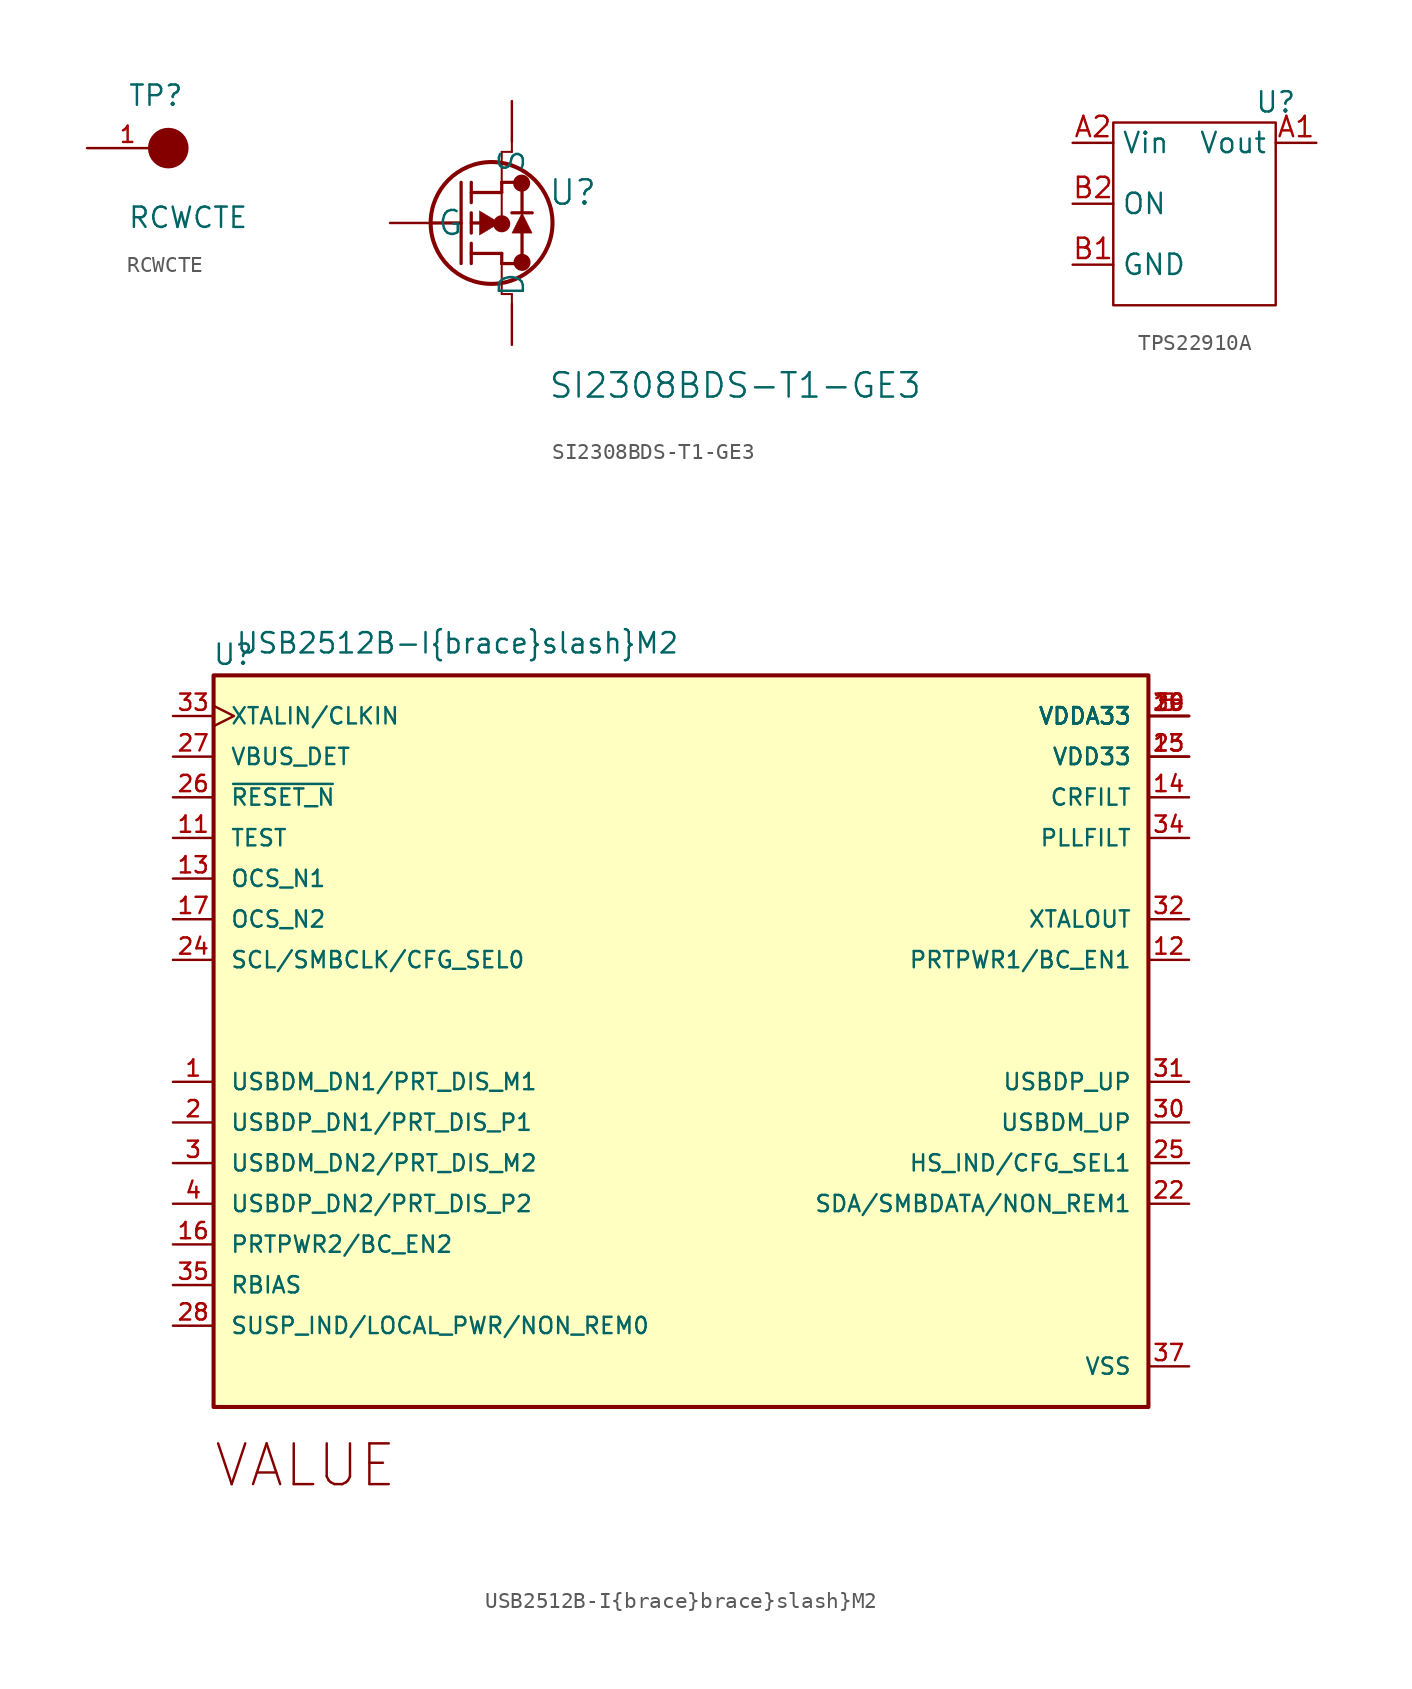
<source format=kicad_sym>
(kicad_symbol_lib
  (version 20220914)
  (generator kicad_symbol_editor)
  (symbol "RCWCTE"
    (pin_names
      (offset 1.016))
    (property "Reference" "TP"
      (at -2.544 2.542 0)
      (effects (font (size 1.27 1.27)) (justify left bottom)))
    (property "Value" "RCWCTE"
      (at -2.55 -5.087 0)
      (effects (font (size 1.27 1.27)) (justify left bottom)))
    (symbol "RCWCTE_0_0"
      (circle (center 0 0) (radius 0.635) (stroke (width 1.27) (type default)) (fill (type none)))
      (pin passive line (at -5.08 0 0) (length 5.08) (name "~" (effects (font (size 1.016 1.016)))) (number "1" (effects (font (size 1.016 1.016)))))))
  (symbol "SI2308BDS-T1-GE3"
    (pin_numbers hide)
    (pin_names
      (offset 0.381))
    (property "Reference" "U"
      (at 11.43 1.905 0)
      (effects (font (size 1.524 1.524))))
    (property "Value" "SI2308BDS-T1-GE3"
      (at 21.59 -10.16 0)
      (effects (font (size 1.524 1.524))))
    (property "Datasheet" ""
      (at 0 0 0)
      (effects (font (size 1.524 1.524))))
    (symbol "SI2308BDS-T1-GE3_1_1"
      (polyline (pts (xy 2.54 0) (xy 4.445 0)) (stroke (width 0.203) (type default)) (fill (type none)))
      (polyline (pts (xy 4.445 -2.54) (xy 4.445 2.54)) (stroke (width 0.203) (type default)) (fill (type none)))
      (polyline (pts (xy 5.08 -2.54) (xy 5.08 -1.27)) (stroke (width 0.203) (type default)) (fill (type none)))
      (polyline (pts (xy 5.08 -1.905) (xy 6.985 -1.905)) (stroke (width 0.203) (type default)) (fill (type none)))
      (polyline (pts (xy 5.08 -0.635) (xy 5.08 0.635)) (stroke (width 0.203) (type default)) (fill (type none)))
      (polyline (pts (xy 5.08 0) (xy 5.842 0)) (stroke (width 0.203) (type default)) (fill (type none)))
      (polyline (pts (xy 5.08 1.27) (xy 5.08 2.54)) (stroke (width 0.203) (type default)) (fill (type none)))
      (polyline (pts (xy 5.08 1.905) (xy 6.985 1.905)) (stroke (width 0.203) (type default)) (fill (type none)))
      (polyline (pts (xy 6.985 -2.54) (xy 6.985 -4.445)) (stroke (width 0.127) (type default)) (fill (type none)))
      (polyline (pts (xy 6.985 -2.54) (xy 6.985 -1.905)) (stroke (width 0.203) (type default)) (fill (type none)))
      (polyline (pts (xy 6.985 -2.54) (xy 8.255 -2.54)) (stroke (width 0.203) (type default)) (fill (type none)))
      (polyline (pts (xy 6.985 -0.051) (xy 6.604 0)) (stroke (width 0.127) (type default)) (fill (type none)))
      (polyline (pts (xy 6.985 1.905) (xy 6.985 -0.051)) (stroke (width 0.127) (type default)) (fill (type none)))
      (polyline (pts (xy 6.985 1.905) (xy 6.985 2.54)) (stroke (width 0.203) (type default)) (fill (type none)))
      (polyline (pts (xy 6.985 2.54) (xy 8.255 2.54)) (stroke (width 0.203) (type default)) (fill (type none)))
      (polyline (pts (xy 6.985 4.445) (xy 6.985 2.54)) (stroke (width 0.127) (type default)) (fill (type none)))
      (polyline (pts (xy 7.62 -4.445) (xy 6.985 -4.445)) (stroke (width 0.127) (type default)) (fill (type none)))
      (polyline (pts (xy 7.62 -4.445) (xy 7.62 -5.08)) (stroke (width 0.127) (type default)) (fill (type none)))
      (polyline (pts (xy 7.62 4.445) (xy 6.985 4.445)) (stroke (width 0.127) (type default)) (fill (type none)))
      (polyline (pts (xy 7.62 5.08) (xy 7.62 4.445)) (stroke (width 0.127) (type default)) (fill (type none)))
      (polyline (pts (xy 8.255 -2.54) (xy 8.255 -0.635)) (stroke (width 0.203) (type default)) (fill (type none)))
      (polyline (pts (xy 8.255 0.635) (xy 8.255 2.54)) (stroke (width 0.203) (type default)) (fill (type none)))
      (polyline (pts (xy 8.89 0.635) (xy 7.62 0.635)) (stroke (width 0.203) (type default)) (fill (type none)))
      (polyline (pts (xy 5.588 0.762) (xy 6.858 0) (xy 5.588 -0.762) (xy 5.588 0.762)) (stroke (width 0.025) (type default)) (fill (type outline)))
      (polyline (pts (xy 8.89 -0.635) (xy 7.62 -0.635) (xy 8.255 0.635) (xy 8.89 -0.635)) (stroke (width 0.025) (type default)) (fill (type outline)))
      (circle (center 6.35 0) (radius 3.81) (stroke (width 0.254) (type default)) (fill (type none)))
      (circle (center 6.985 -0.051) (radius 0.025) (stroke (width 0.508) (type default)) (fill (type none)))
      (circle (center 8.23 2.489) (radius 0.025) (stroke (width 0.508) (type default)) (fill (type none)))
      (circle (center 8.255 -2.464) (radius 0.025) (stroke (width 0.508) (type default)) (fill (type none)))
      (pin unspecified line (at 0 0 0) (length 2.54) (name "G" (effects (font (size 1.499 1.499)))) (number "1" (effects (font (size 1.499 1.499)))))
      (pin unspecified line (at 7.62 7.62 270) (length 2.54) (name "S" (effects (font (size 1.499 1.499)))) (number "2" (effects (font (size 1.499 1.499)))))
      (pin unspecified line (at 7.62 -7.62 90) (length 2.54) (name "D" (effects (font (size 1.499 1.499)))) (number "3" (effects (font (size 1.499 1.499)))))))
  (symbol "TPS22910A"
    (property "Reference" "U"
      (at 0 0 0)
      (effects (font (size 1.27 1.27))))
    (property "Value" ""
      (at 0 0 0)
      (effects (font (size 1.27 1.27))))
    (symbol "TPS22910A_0_1"
      (rectangle (start -10.16 -1.27) (end 0 -12.7) (stroke (width 0) (type default)) (fill (type none))))
    (symbol "TPS22910A_1_1"
      (pin passive line (at 2.54 -2.54 180) (length 2.54) (name "Vout" (effects (font (size 1.27 1.27)))) (number "A1" (effects (font (size 1.27 1.27)))))
      (pin passive line (at -12.7 -2.54 0) (length 2.54) (name "Vin" (effects (font (size 1.27 1.27)))) (number "A2" (effects (font (size 1.27 1.27)))))
      (pin passive line (at -12.7 -10.16 0) (length 2.54) (name "GND" (effects (font (size 1.27 1.27)))) (number "B1" (effects (font (size 1.27 1.27)))))
      (pin passive line (at -12.7 -6.35 0) (length 2.54) (name "ON" (effects (font (size 1.27 1.27)))) (number "B2" (effects (font (size 1.27 1.27)))))))
  (symbol "USB2512B-I{brace}brace}slash}M2"
    (pin_names
      (offset 1.016))
    (property "Reference" "U"
      (at -30.552 20.877 0)
      (effects (font (size 1.27 1.27)) (justify left bottom)))
    (property "Value" "USB2512B-I{brace}brace}slash}M2"
      (at -15.24 21.59 0)
      (effects (font (size 1.27 1.27)) (justify bottom)))
    (symbol "USB2512B-I{brace}brace}slash}M2_0_0"
      (rectangle (start -30.48 -25.4) (end 27.94 20.32) (stroke (width 0.254) (type default)) (fill (type background)))
      (text "VALUE" (at -30.539 -30.539 0) (effects (font (size 2.545 2.545)) (justify left bottom)))
      (pin bidirectional line (at -33.02 -5.08 0) (length 2.54) (name "USBDM_DN1/PRT_DIS_M1" (effects (font (size 1.016 1.016)))) (number "1" (effects (font (size 1.016 1.016)))))
      (pin power_in line (at 30.48 17.78 180) (length 2.54) (name "VDDA33" (effects (font (size 1.016 1.016)))) (number "10" (effects (font (size 1.016 1.016)))))
      (pin input line (at -33.02 10.16 0) (length 2.54) (name "TEST" (effects (font (size 1.016 1.016)))) (number "11" (effects (font (size 1.016 1.016)))))
      (pin output line (at 30.48 2.54 180) (length 2.54) (name "PRTPWR1/BC_EN1" (effects (font (size 1.016 1.016)))) (number "12" (effects (font (size 1.016 1.016)))))
      (pin input line (at -33.02 7.62 0) (length 2.54) (name "OCS_N1" (effects (font (size 1.016 1.016)))) (number "13" (effects (font (size 1.016 1.016)))))
      (pin power_in line (at 30.48 12.7 180) (length 2.54) (name "CRFILT" (effects (font (size 1.016 1.016)))) (number "14" (effects (font (size 1.016 1.016)))))
      (pin power_in line (at 30.48 15.24 180) (length 2.54) (name "VDD33" (effects (font (size 1.016 1.016)))) (number "15" (effects (font (size 1.016 1.016)))))
      (pin bidirectional line (at -33.02 -15.24 0) (length 2.54) (name "PRTPWR2/BC_EN2" (effects (font (size 1.016 1.016)))) (number "16" (effects (font (size 1.016 1.016)))))
      (pin input line (at -33.02 5.08 0) (length 2.54) (name "OCS_N2" (effects (font (size 1.016 1.016)))) (number "17" (effects (font (size 1.016 1.016)))))
      (pin bidirectional line (at -33.02 -7.62 0) (length 2.54) (name "USBDP_DN1/PRT_DIS_P1" (effects (font (size 1.016 1.016)))) (number "2" (effects (font (size 1.016 1.016)))))
      (pin bidirectional line (at 30.48 -12.7 180) (length 2.54) (name "SDA/SMBDATA/NON_REM1" (effects (font (size 1.016 1.016)))) (number "22" (effects (font (size 1.016 1.016)))))
      (pin power_in line (at 30.48 15.24 180) (length 2.54) (name "VDD33" (effects (font (size 1.016 1.016)))) (number "23" (effects (font (size 1.016 1.016)))))
      (pin input line (at -33.02 2.54 0) (length 2.54) (name "SCL/SMBCLK/CFG_SEL0" (effects (font (size 1.016 1.016)))) (number "24" (effects (font (size 1.016 1.016)))))
      (pin bidirectional line (at 30.48 -10.16 180) (length 2.54) (name "HS_IND/CFG_SEL1" (effects (font (size 1.016 1.016)))) (number "25" (effects (font (size 1.016 1.016)))))
      (pin input line (at -33.02 12.7 0) (length 2.54) (name "~{RESET_N}" (effects (font (size 1.016 1.016)))) (number "26" (effects (font (size 1.016 1.016)))))
      (pin input line (at -33.02 15.24 0) (length 2.54) (name "VBUS_DET" (effects (font (size 1.016 1.016)))) (number "27" (effects (font (size 1.016 1.016)))))
      (pin bidirectional line (at -33.02 -20.32 0) (length 2.54) (name "SUSP_IND/LOCAL_PWR/NON_REM0" (effects (font (size 1.016 1.016)))) (number "28" (effects (font (size 1.016 1.016)))))
      (pin power_in line (at 30.48 17.78 180) (length 2.54) (name "VDDA33" (effects (font (size 1.016 1.016)))) (number "29" (effects (font (size 1.016 1.016)))))
      (pin bidirectional line (at -33.02 -10.16 0) (length 2.54) (name "USBDM_DN2/PRT_DIS_M2" (effects (font (size 1.016 1.016)))) (number "3" (effects (font (size 1.016 1.016)))))
      (pin bidirectional line (at 30.48 -7.62 180) (length 2.54) (name "USBDM_UP" (effects (font (size 1.016 1.016)))) (number "30" (effects (font (size 1.016 1.016)))))
      (pin bidirectional line (at 30.48 -5.08 180) (length 2.54) (name "USBDP_UP" (effects (font (size 1.016 1.016)))) (number "31" (effects (font (size 1.016 1.016)))))
      (pin output line (at 30.48 5.08 180) (length 2.54) (name "XTALOUT" (effects (font (size 1.016 1.016)))) (number "32" (effects (font (size 1.016 1.016)))))
      (pin input clock (at -33.02 17.78 0) (length 2.54) (name "XTALIN/CLKIN" (effects (font (size 1.016 1.016)))) (number "33" (effects (font (size 1.016 1.016)))))
      (pin power_in line (at 30.48 10.16 180) (length 2.54) (name "PLLFILT" (effects (font (size 1.016 1.016)))) (number "34" (effects (font (size 1.016 1.016)))))
      (pin bidirectional line (at -33.02 -17.78 0) (length 2.54) (name "RBIAS" (effects (font (size 1.016 1.016)))) (number "35" (effects (font (size 1.016 1.016)))))
      (pin power_in line (at 30.48 17.78 180) (length 2.54) (name "VDDA33" (effects (font (size 1.016 1.016)))) (number "36" (effects (font (size 1.016 1.016)))))
      (pin power_in line (at 30.48 -22.86 180) (length 2.54) (name "VSS" (effects (font (size 1.016 1.016)))) (number "37" (effects (font (size 1.016 1.016)))))
      (pin bidirectional line (at -33.02 -12.7 0) (length 2.54) (name "USBDP_DN2/PRT_DIS_P2" (effects (font (size 1.016 1.016)))) (number "4" (effects (font (size 1.016 1.016)))))
      (pin power_in line (at 30.48 17.78 180) (length 2.54) (name "VDDA33" (effects (font (size 1.016 1.016)))) (number "5" (effects (font (size 1.016 1.016))))))))
</source>
